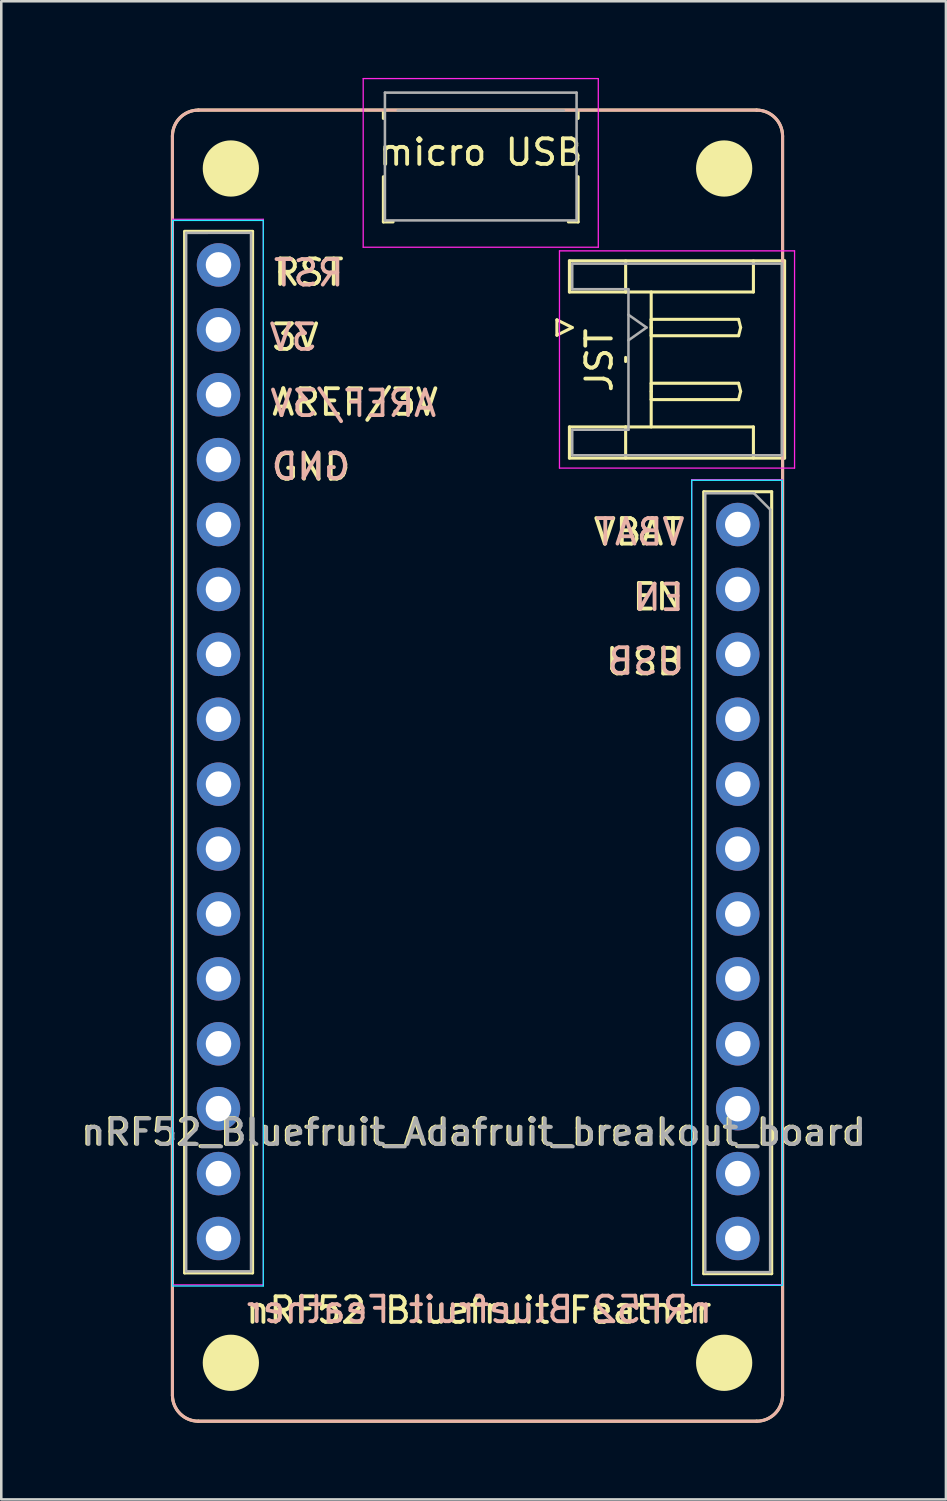
<source format=kicad_pcb>
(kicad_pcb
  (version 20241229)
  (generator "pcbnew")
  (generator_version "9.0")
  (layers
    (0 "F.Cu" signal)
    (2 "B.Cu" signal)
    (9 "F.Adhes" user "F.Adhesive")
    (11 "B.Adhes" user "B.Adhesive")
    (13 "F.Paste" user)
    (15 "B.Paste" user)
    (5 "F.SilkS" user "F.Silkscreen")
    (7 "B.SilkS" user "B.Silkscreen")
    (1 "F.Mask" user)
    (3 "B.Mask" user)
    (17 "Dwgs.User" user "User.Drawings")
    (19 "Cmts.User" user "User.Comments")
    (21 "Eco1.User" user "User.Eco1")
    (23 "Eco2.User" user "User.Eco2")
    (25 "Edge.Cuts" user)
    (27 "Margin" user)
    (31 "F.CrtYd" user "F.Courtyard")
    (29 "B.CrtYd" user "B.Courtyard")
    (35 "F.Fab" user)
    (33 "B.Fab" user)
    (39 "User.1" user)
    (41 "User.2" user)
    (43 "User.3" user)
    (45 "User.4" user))
  (footprint "nRF52_Bluefruit_Adafruit_breakout_board"
    (layer "F.Cu")
    (at 16.144 26.912)
    (property "Reference" "nRF52_Bluefruit_Adafruit_breakout_board" (at -0.686 14.338 180) (layer "F.SilkS") (effects (font (size 1 1) (thickness 0.15))))
    (attr through_hole)
    (fp_line (start -12.446 24.638) (end -12.446 -24.638) (stroke (width 0.12) (type solid)) (layer "F.SilkS"))
    (fp_line (start -11.97 -20.904) (end -11.97 19.85) (stroke (width 0.12) (type solid)) (layer "F.SilkS"))
    (fp_line (start -11.97 19.85) (end -9.31 19.85) (stroke (width 0.12) (type solid)) (layer "F.SilkS"))
    (fp_line (start -11.963 -20.91) (end -9.31 -20.91) (stroke (width 0.12) (type solid)) (layer "F.SilkS"))
    (fp_line (start -11.43 -25.654) (end 10.414 -25.654) (stroke (width 0.12) (type solid)) (layer "F.SilkS"))
    (fp_line (start -9.31 -20.904) (end -9.31 19.85) (stroke (width 0.12) (type solid)) (layer "F.SilkS"))
    (fp_line (start -4.191 -25.327) (end -4.191 -25.587) (stroke (width 0.12) (type solid)) (layer "F.SilkS"))
    (fp_line (start -4.191 -21.277) (end -4.191 -23.047) (stroke (width 0.12) (type solid)) (layer "F.SilkS"))
    (fp_line (start -4.191 -21.277) (end -3.811 -21.277) (stroke (width 0.12) (type solid)) (layer "F.SilkS"))
    (fp_line (start 2.599 -17.445) (end 2.599 -16.845) (stroke (width 0.12) (type solid)) (layer "F.SilkS"))
    (fp_line (start 2.599 -16.845) (end 3.199 -17.145) (stroke (width 0.12) (type solid)) (layer "F.SilkS"))
    (fp_line (start 3.089 -19.755) (end 11.509 -19.755) (stroke (width 0.12) (type solid)) (layer "F.SilkS"))
    (fp_line (start 3.089 -18.535) (end 3.089 -19.755) (stroke (width 0.12) (type solid)) (layer "F.SilkS"))
    (fp_line (start 3.089 -13.255) (end 5.289 -13.255) (stroke (width 0.12) (type solid)) (layer "F.SilkS"))
    (fp_line (start 3.089 -12.035) (end 3.089 -13.255) (stroke (width 0.12) (type solid)) (layer "F.SilkS"))
    (fp_line (start 3.199 -17.145) (end 2.599 -17.445) (stroke (width 0.12) (type solid)) (layer "F.SilkS"))
    (fp_line (start 3.429 -25.587) (end 3.429 -25.327) (stroke (width 0.12) (type solid)) (layer "F.SilkS"))
    (fp_line (start 3.429 -23.047) (end 3.429 -21.277) (stroke (width 0.12) (type solid)) (layer "F.SilkS"))
    (fp_line (start 3.429 -21.277) (end 3.049 -21.277) (stroke (width 0.12) (type solid)) (layer "F.SilkS"))
    (fp_line (start 5.289 -18.535) (end 3.089 -18.535) (stroke (width 0.12) (type solid)) (layer "F.SilkS"))
    (fp_line (start 5.289 -18.535) (end 5.289 -19.755) (stroke (width 0.12) (type solid)) (layer "F.SilkS"))
    (fp_line (start 5.289 -15.975) (end 5.289 -15.815) (stroke (width 0.12) (type solid)) (layer "F.SilkS"))
    (fp_line (start 5.289 -13.255) (end 5.289 -12.035) (stroke (width 0.12) (type solid)) (layer "F.SilkS"))
    (fp_line (start 6.289 -18.535) (end 6.289 -13.255) (stroke (width 0.12) (type solid)) (layer "F.SilkS"))
    (fp_line (start 6.289 -17.465) (end 9.709 -17.465) (stroke (width 0.12) (type solid)) (layer "F.SilkS"))
    (fp_line (start 6.289 -17.145) (end 6.289 -17.465) (stroke (width 0.12) (type solid)) (layer "F.SilkS"))
    (fp_line (start 6.289 -16.825) (end 6.289 -17.145) (stroke (width 0.12) (type solid)) (layer "F.SilkS"))
    (fp_line (start 6.289 -14.965) (end 9.709 -14.965) (stroke (width 0.12) (type solid)) (layer "F.SilkS"))
    (fp_line (start 6.289 -14.645) (end 6.289 -14.965) (stroke (width 0.12) (type solid)) (layer "F.SilkS"))
    (fp_line (start 6.289 -14.325) (end 6.289 -14.645) (stroke (width 0.12) (type solid)) (layer "F.SilkS"))
    (fp_line (start 8.344 -10.719) (end 8.344 19.88) (stroke (width 0.12) (type solid)) (layer "F.SilkS"))
    (fp_line (start 8.344 19.88) (end 11.004 19.88) (stroke (width 0.12) (type solid)) (layer "F.SilkS"))
    (fp_line (start 8.357 -10.719) (end 11.004 -10.72) (stroke (width 0.12) (type solid)) (layer "F.SilkS"))
    (fp_line (start 9.709 -17.465) (end 9.789 -17.145) (stroke (width 0.12) (type solid)) (layer "F.SilkS"))
    (fp_line (start 9.709 -16.825) (end 6.289 -16.825) (stroke (width 0.12) (type solid)) (layer "F.SilkS"))
    (fp_line (start 9.709 -14.965) (end 9.789 -14.645) (stroke (width 0.12) (type solid)) (layer "F.SilkS"))
    (fp_line (start 9.709 -14.325) (end 6.289 -14.325) (stroke (width 0.12) (type solid)) (layer "F.SilkS"))
    (fp_line (start 9.789 -17.145) (end 9.709 -16.825) (stroke (width 0.12) (type solid)) (layer "F.SilkS"))
    (fp_line (start 9.789 -14.645) (end 9.709 -14.325) (stroke (width 0.12) (type solid)) (layer "F.SilkS"))
    (fp_line (start 10.289 -19.755) (end 10.289 -18.535) (stroke (width 0.12) (type solid)) (layer "F.SilkS"))
    (fp_line (start 10.289 -18.535) (end 5.289 -18.535) (stroke (width 0.12) (type solid)) (layer "F.SilkS"))
    (fp_line (start 10.289 -13.255) (end 5.289 -13.255) (stroke (width 0.12) (type solid)) (layer "F.SilkS"))
    (fp_line (start 10.289 -12.035) (end 10.289 -13.255) (stroke (width 0.12) (type solid)) (layer "F.SilkS"))
    (fp_line (start 10.414 25.654) (end -11.43 25.654) (stroke (width 0.12) (type solid)) (layer "F.SilkS"))
    (fp_line (start 11.004 -10.719) (end 11.004 19.88) (stroke (width 0.12) (type solid)) (layer "F.SilkS"))
    (fp_line (start 11.43 -24.638) (end 11.43 24.638) (stroke (width 0.12) (type solid)) (layer "F.SilkS"))
    (fp_line (start 11.509 -19.755) (end 11.509 -12.035) (stroke (width 0.12) (type solid)) (layer "F.SilkS"))
    (fp_line (start 11.509 -12.035) (end 3.089 -12.035) (stroke (width 0.12) (type solid)) (layer "F.SilkS"))
    (fp_arc (start -12.446 -24.638) (mid -12.14842 -25.35642) (end -11.43 -25.654) (stroke (width 0.12) (type solid)) (layer "F.SilkS"))
    (fp_arc (start -11.43 25.654) (mid -12.14842 25.35642) (end -12.446 24.638) (stroke (width 0.12) (type solid)) (layer "F.SilkS"))
    (fp_arc (start 10.414 -25.654) (mid 11.13242 -25.35642) (end 11.43 -24.638) (stroke (width 0.12) (type solid)) (layer "F.SilkS"))
    (fp_arc (start 11.43 24.638) (mid 11.13242 25.35642) (end 10.414 25.654) (stroke (width 0.12) (type solid)) (layer "F.SilkS"))
    (fp_line (start -12.446 24.638) (end -12.446 -24.638) (stroke (width 0.12) (type solid)) (layer "B.SilkS"))
    (fp_line (start -11.43 -25.654) (end 10.414 -25.654) (stroke (width 0.12) (type solid)) (layer "B.SilkS"))
    (fp_line (start 10.414 25.654) (end -11.43 25.654) (stroke (width 0.12) (type solid)) (layer "B.SilkS"))
    (fp_line (start 11.43 -24.638) (end 11.43 24.638) (stroke (width 0.12) (type solid)) (layer "B.SilkS"))
    (fp_arc (start -12.446 -24.638) (mid -12.14842 -25.35642) (end -11.43 -25.654) (stroke (width 0.12) (type solid)) (layer "B.SilkS"))
    (fp_arc (start -11.43 25.654) (mid -12.14842 25.35642) (end -12.446 24.638) (stroke (width 0.12) (type solid)) (layer "B.SilkS"))
    (fp_arc (start 10.414 -25.654) (mid 11.13242 -25.35642) (end 11.43 -24.638) (stroke (width 0.12) (type solid)) (layer "B.SilkS"))
    (fp_arc (start 11.43 24.638) (mid 11.13242 25.35642) (end 10.414 25.654) (stroke (width 0.12) (type solid)) (layer "B.SilkS"))
    (fp_line (start -12.44 -21.336) (end -12.44 20.364) (stroke (width 0.05) (type solid)) (layer "B.CrtYd"))
    (fp_line (start -12.44 20.364) (end -8.89 20.364) (stroke (width 0.05) (type solid)) (layer "B.CrtYd"))
    (fp_line (start -8.89 -21.336) (end -12.44 -21.336) (stroke (width 0.05) (type solid)) (layer "B.CrtYd"))
    (fp_line (start -8.89 20.364) (end -8.89 -21.336) (stroke (width 0.05) (type solid)) (layer "B.CrtYd"))
    (fp_line (start 7.874 -11.166) (end 7.874 20.334) (stroke (width 0.05) (type solid)) (layer "B.CrtYd"))
    (fp_line (start 7.874 20.334) (end 11.424 20.334) (stroke (width 0.05) (type solid)) (layer "B.CrtYd"))
    (fp_line (start 11.424 -11.166) (end 7.874 -11.166) (stroke (width 0.05) (type solid)) (layer "B.CrtYd"))
    (fp_line (start 11.424 20.334) (end 11.424 -11.166) (stroke (width 0.05) (type solid)) (layer "B.CrtYd"))
    (fp_line (start -12.44 -21.38) (end -8.89 -21.38) (stroke (width 0.05) (type solid)) (layer "F.CrtYd"))
    (fp_line (start -12.44 20.32) (end -12.44 -21.38) (stroke (width 0.05) (type solid)) (layer "F.CrtYd"))
    (fp_line (start -8.89 -21.38) (end -8.89 20.32) (stroke (width 0.05) (type solid)) (layer "F.CrtYd"))
    (fp_line (start -8.89 20.32) (end -12.44 20.32) (stroke (width 0.05) (type solid)) (layer "F.CrtYd"))
    (fp_line (start -4.981 -26.887) (end 4.219 -26.887) (stroke (width 0.05) (type solid)) (layer "F.CrtYd"))
    (fp_line (start -4.981 -20.287) (end -4.981 -26.887) (stroke (width 0.05) (type solid)) (layer "F.CrtYd"))
    (fp_line (start 2.699 -20.145) (end 2.699 -11.645) (stroke (width 0.05) (type solid)) (layer "F.CrtYd"))
    (fp_line (start 2.699 -11.645) (end 11.899 -11.645) (stroke (width 0.05) (type solid)) (layer "F.CrtYd"))
    (fp_line (start 4.219 -26.887) (end 4.219 -20.287) (stroke (width 0.05) (type solid)) (layer "F.CrtYd"))
    (fp_line (start 4.219 -20.287) (end -4.981 -20.287) (stroke (width 0.05) (type solid)) (layer "F.CrtYd"))
    (fp_line (start 7.874 -11.19) (end 11.424 -11.19) (stroke (width 0.05) (type solid)) (layer "F.CrtYd"))
    (fp_line (start 7.874 20.31) (end 7.874 -11.19) (stroke (width 0.05) (type solid)) (layer "F.CrtYd"))
    (fp_line (start 11.424 -11.19) (end 11.424 20.31) (stroke (width 0.05) (type solid)) (layer "F.CrtYd"))
    (fp_line (start 11.424 20.31) (end 7.874 20.31) (stroke (width 0.05) (type solid)) (layer "F.CrtYd"))
    (fp_line (start 11.899 -20.145) (end 2.699 -20.145) (stroke (width 0.05) (type solid)) (layer "F.CrtYd"))
    (fp_line (start 11.899 -11.645) (end 11.899 -20.145) (stroke (width 0.05) (type solid)) (layer "F.CrtYd"))
    (fp_line (start -11.91 -20.85) (end -9.373 -20.853) (stroke (width 0.1) (type solid)) (layer "F.Fab"))
    (fp_line (start -11.91 19.79) (end -11.91 -20.85) (stroke (width 0.1) (type solid)) (layer "F.Fab"))
    (fp_line (start -9.37 -20.853) (end -9.37 19.79) (stroke (width 0.1) (type solid)) (layer "F.Fab"))
    (fp_line (start -9.37 19.79) (end -11.91 19.79) (stroke (width 0.1) (type solid)) (layer "F.Fab"))
    (fp_line (start -4.131 -26.337) (end 3.369 -26.337) (stroke (width 0.1) (type solid)) (layer "F.Fab"))
    (fp_line (start -4.131 -21.337) (end -4.131 -26.337) (stroke (width 0.1) (type solid)) (layer "F.Fab"))
    (fp_line (start 2.869 -25.637) (end -3.631 -25.637) (stroke (width 0.1) (type solid)) (layer "F.Fab"))
    (fp_line (start 3.199 -19.645) (end 11.399 -19.645) (stroke (width 0.1) (type solid)) (layer "F.Fab"))
    (fp_line (start 3.199 -18.645) (end 3.199 -19.645) (stroke (width 0.1) (type solid)) (layer "F.Fab"))
    (fp_line (start 3.199 -13.145) (end 5.399 -13.145) (stroke (width 0.1) (type solid)) (layer "F.Fab"))
    (fp_line (start 3.199 -12.145) (end 3.199 -13.145) (stroke (width 0.1) (type solid)) (layer "F.Fab"))
    (fp_line (start 3.369 -26.337) (end 3.369 -21.337) (stroke (width 0.1) (type solid)) (layer "F.Fab"))
    (fp_line (start 3.369 -21.337) (end -4.131 -21.337) (stroke (width 0.1) (type solid)) (layer "F.Fab"))
    (fp_line (start 5.399 -18.645) (end 3.199 -18.645) (stroke (width 0.1) (type solid)) (layer "F.Fab"))
    (fp_line (start 5.399 -17.645) (end 6.106 -17.145) (stroke (width 0.1) (type solid)) (layer "F.Fab"))
    (fp_line (start 5.399 -13.145) (end 5.399 -18.645) (stroke (width 0.1) (type solid)) (layer "F.Fab"))
    (fp_line (start 6.106 -17.145) (end 5.399 -16.645) (stroke (width 0.1) (type solid)) (layer "F.Fab"))
    (fp_line (start 8.404 -10.66) (end 10.309 -10.66) (stroke (width 0.1) (type solid)) (layer "F.Fab"))
    (fp_line (start 8.404 19.82) (end 8.404 -10.66) (stroke (width 0.1) (type solid)) (layer "F.Fab"))
    (fp_line (start 10.309 -10.66) (end 10.944 -10.025) (stroke (width 0.1) (type solid)) (layer "F.Fab"))
    (fp_line (start 10.944 -10.025) (end 10.944 19.82) (stroke (width 0.1) (type solid)) (layer "F.Fab"))
    (fp_line (start 10.944 19.82) (end 8.404 19.82) (stroke (width 0.1) (type solid)) (layer "F.Fab"))
    (fp_line (start 11.399 -19.645) (end 11.399 -12.145) (stroke (width 0.1) (type solid)) (layer "F.Fab"))
    (fp_line (start 11.399 -12.145) (end 3.199 -12.145) (stroke (width 0.1) (type solid)) (layer "F.Fab"))
    (fp_text user "GND" (at -8.636 -11.684 0) (layer "F.SilkS") (effects (font (size 1 1) (thickness 0.15)) (justify left)))
    (fp_text user "micro USB" (at -0.381 -24.003 0) (layer "F.SilkS") (effects (font (size 1 1) (thickness 0.15))))
    (fp_text user "3V" (at -8.636 -16.764 0) (layer "F.SilkS") (effects (font (size 1 1) (thickness 0.15)) (justify left)))
    (fp_text user "nRF52 Bluefruit Feather" (at -0.457 21.311 0) (layer "F.SilkS") (effects (font (size 1 1) (thickness 0.15))))
    (fp_text user "EN" (at 7.62 -6.604 0) (layer "F.SilkS") (effects (font (size 1 1) (thickness 0.15)) (justify right)))
    (fp_text user "VBAT" (at 7.62 -9.144 0) (layer "F.SilkS") (effects (font (size 1 1) (thickness 0.15)) (justify right)))
    (fp_text user "JST" (at 4.255 -15.862 90) (layer "F.SilkS") (effects (font (size 1 1) (thickness 0.15))))
    (fp_text user "USB" (at 7.62 -4.064 0) (layer "F.SilkS") (effects (font (size 1 1) (thickness 0.15)) (justify right)))
    (fp_text user "AREF/3V" (at -8.636 -14.224 0) (layer "F.SilkS") (effects (font (size 1 1) (thickness 0.15)) (justify left)))
    (fp_text user "RST" (at -7.112 -19.304 0) (layer "F.SilkS") (effects (font (size 1 1) (thickness 0.15))))
    (fp_text user "nRF52 Bluefruit Feather" (at -0.432 21.285 0) (layer "B.SilkS") (effects (font (size 1 1) (thickness 0.15)) (justify mirror)))
    (fp_text user "RST" (at -7.112 -19.279 0) (layer "B.SilkS") (effects (font (size 1 1) (thickness 0.15)) (justify mirror)))
    (fp_text user "GND" (at -5.41 -11.709 0) (layer "B.SilkS") (effects (font (size 1 1) (thickness 0.15)) (justify left mirror)))
    (fp_text user "EN" (at 5.512 -6.579 0) (layer "B.SilkS") (effects (font (size 1 1) (thickness 0.15)) (justify right mirror)))
    (fp_text user "3V" (at -6.731 -16.764 0) (layer "B.SilkS") (effects (font (size 1 1) (thickness 0.15)) (justify left mirror)))
    (fp_text user "VBAT" (at 4.013 -9.144 0) (layer "B.SilkS") (effects (font (size 1 1) (thickness 0.15)) (justify right mirror)))
    (fp_text user "USB" (at 4.496 -4.089 0) (layer "B.SilkS") (effects (font (size 1 1) (thickness 0.15)) (justify right mirror)))
    (fp_text user "AREF/3V" (at -2.032 -14.173 0) (layer "B.SilkS") (effects (font (size 1 1) (thickness 0.15)) (justify left mirror)))
    (fp_text user "${REFERENCE}" (at -0.635 14.351 180) (layer "F.Fab") (effects (font (size 1 1) (thickness 0.15))))
    (pad "" smd circle (at -10.16 -23.368) (size 2.2 2.2) (layers "F.SilkS"))
    (pad "" smd circle (at -10.16 23.368) (size 2.2 2.2) (layers "F.SilkS"))
    (pad "" smd circle (at 9.144 -23.368) (size 2.2 2.2) (layers "F.SilkS"))
    (pad "" smd circle (at 9.144 23.368) (size 2.2 2.2) (layers "F.SilkS"))
    (pad "1" thru_hole circle (at -10.643 -19.596 270) (size 1.7 1.7) (drill 1) (layers "*.Cu" "*.Mask"))
    (pad "2" thru_hole circle (at -10.643 -17.056 270) (size 1.7 1.7) (drill 1) (layers "*.Cu" "*.Mask"))
    (pad "3" thru_hole circle (at -10.643 -14.516 270) (size 1.7 1.7) (drill 1) (layers "*.Cu" "*.Mask"))
    (pad "4" thru_hole circle (at -10.643 -11.976 270) (size 1.7 1.7) (drill 1) (layers "*.Cu" "*.Mask"))
    (pad "5" thru_hole circle (at -10.643 -9.436 270) (size 1.7 1.7) (drill 1) (layers "*.Cu" "*.Mask"))
    (pad "6" thru_hole circle (at -10.643 -6.896 270) (size 1.7 1.7) (drill 1) (layers "*.Cu" "*.Mask"))
    (pad "7" thru_hole circle (at -10.643 -4.356 270) (size 1.7 1.7) (drill 1) (layers "*.Cu" "*.Mask"))
    (pad "8" thru_hole circle (at -10.643 -1.816 270) (size 1.7 1.7) (drill 1) (layers "*.Cu" "*.Mask"))
    (pad "9" thru_hole circle (at -10.643 0.724 270) (size 1.7 1.7) (drill 1) (layers "*.Cu" "*.Mask"))
    (pad "10" thru_hole circle (at -10.643 3.264 270) (size 1.7 1.7) (drill 1) (layers "*.Cu" "*.Mask"))
    (pad "11" thru_hole circle (at -10.643 5.804 270) (size 1.7 1.7) (drill 1) (layers "*.Cu" "*.Mask"))
    (pad "12" thru_hole circle (at -10.643 8.344 270) (size 1.7 1.7) (drill 1) (layers "*.Cu" "*.Mask"))
    (pad "13" thru_hole circle (at -10.643 10.884 270) (size 1.7 1.7) (drill 1) (layers "*.Cu" "*.Mask"))
    (pad "14" thru_hole circle (at -10.643 13.424 270) (size 1.7 1.7) (drill 1) (layers "*.Cu" "*.Mask"))
    (pad "15" thru_hole circle (at -10.643 15.964 270) (size 1.7 1.7) (drill 1) (layers "*.Cu" "*.Mask"))
    (pad "16" thru_hole circle (at -10.643 18.504 270) (size 1.7 1.7) (drill 1) (layers "*.Cu" "*.Mask"))
    (pad "17" thru_hole circle (at 9.677 18.504 270) (size 1.7 1.7) (drill 1) (layers "*.Cu" "*.Mask"))
    (pad "18" thru_hole circle (at 9.677 15.964 270) (size 1.7 1.7) (drill 1) (layers "*.Cu" "*.Mask"))
    (pad "19" thru_hole circle (at 9.677 13.424 270) (size 1.7 1.7) (drill 1) (layers "*.Cu" "*.Mask"))
    (pad "20" thru_hole circle (at 9.677 10.884 270) (size 1.7 1.7) (drill 1) (layers "*.Cu" "*.Mask"))
    (pad "21" thru_hole circle (at 9.677 8.344 270) (size 1.7 1.7) (drill 1) (layers "*.Cu" "*.Mask"))
    (pad "22" thru_hole circle (at 9.677 5.804 270) (size 1.7 1.7) (drill 1) (layers "*.Cu" "*.Mask"))
    (pad "23" thru_hole circle (at 9.677 3.264 270) (size 1.7 1.7) (drill 1) (layers "*.Cu" "*.Mask"))
    (pad "24" thru_hole circle (at 9.677 0.724 270) (size 1.7 1.7) (drill 1) (layers "*.Cu" "*.Mask"))
    (pad "25" thru_hole circle (at 9.677 -1.816 270) (size 1.7 1.7) (drill 1) (layers "*.Cu" "*.Mask"))
    (pad "26" thru_hole circle (at 9.677 -4.356 270) (size 1.7 1.7) (drill 1) (layers "*.Cu" "*.Mask"))
    (pad "27" thru_hole circle (at 9.677 -6.896 270) (size 1.7 1.7) (drill 1) (layers "*.Cu" "*.Mask"))
    (pad "28" thru_hole circle (at 9.677 -9.436 270) (size 1.7 1.7) (drill 1) (layers "*.Cu" "*.Mask")))
  (gr_rect
    (start -3 -3)
    (end 33.967 55.626)
    (stroke (width 0.1) (type default))
    (fill no)
    (layer "Edge.Cuts")))
</source>
